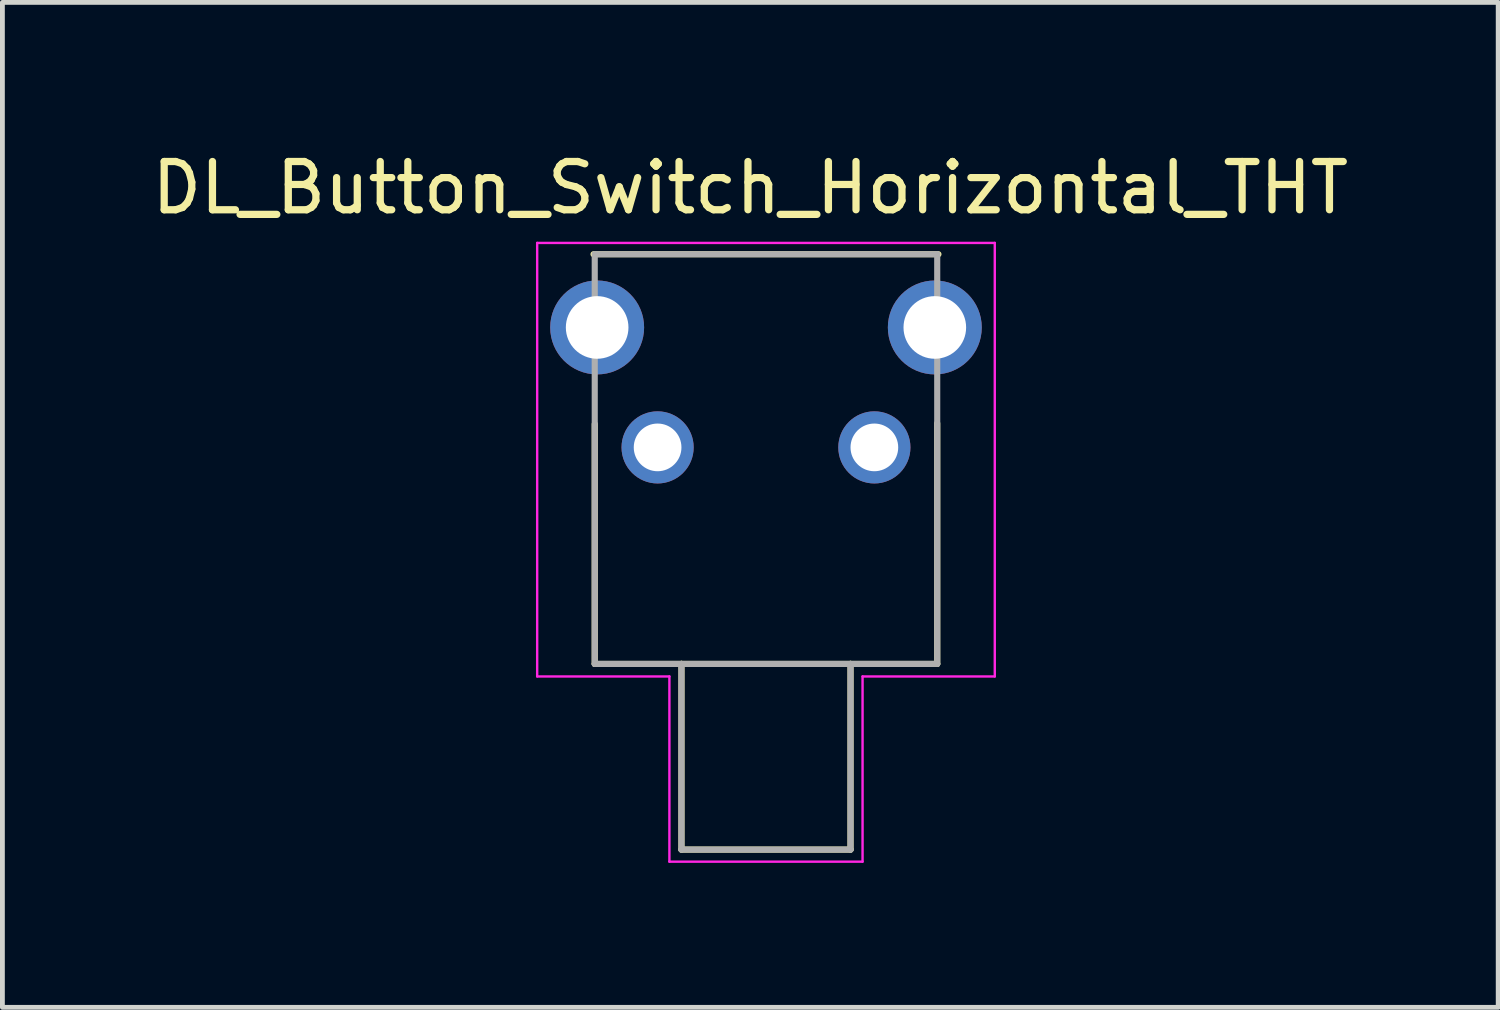
<source format=kicad_pcb>
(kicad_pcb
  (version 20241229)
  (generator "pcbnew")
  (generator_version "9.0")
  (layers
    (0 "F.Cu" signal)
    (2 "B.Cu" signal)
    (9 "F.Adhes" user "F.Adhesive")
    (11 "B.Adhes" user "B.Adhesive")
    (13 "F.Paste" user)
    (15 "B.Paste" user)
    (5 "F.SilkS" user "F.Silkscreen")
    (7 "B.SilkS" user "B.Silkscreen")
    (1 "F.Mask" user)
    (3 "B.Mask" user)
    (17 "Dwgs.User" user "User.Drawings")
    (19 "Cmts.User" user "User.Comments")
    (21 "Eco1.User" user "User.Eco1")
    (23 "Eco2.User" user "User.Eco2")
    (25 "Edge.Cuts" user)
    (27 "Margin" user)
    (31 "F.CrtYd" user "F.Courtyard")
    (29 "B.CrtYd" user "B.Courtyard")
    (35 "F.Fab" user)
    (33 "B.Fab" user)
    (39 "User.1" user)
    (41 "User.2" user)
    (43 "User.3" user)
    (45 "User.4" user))
  (footprint "DL_Button_Switch_Horizontal_THT"
    (layer "F.Cu")
    (at 12.852 6.238)
    (property "Reference" "DL_Button_Switch_Horizontal_THT" (at -0.326 -5.389 0) (layer "F.SilkS") (effects (font (size 1.002 1.002) (thickness 0.15))))
    (attr through_hole)
    (fp_line (start -3.58 -4.01) (end 3.58 -4.01) (stroke (width 0.127) (type solid)) (layer "F.SilkS"))
    (fp_line (start -3.555 4.495) (end -3.555 -0.485) (stroke (width 0.127) (type solid)) (layer "F.SilkS"))
    (fp_line (start -1.755 4.495) (end -3.555 4.495) (stroke (width 0.127) (type solid)) (layer "F.SilkS"))
    (fp_line (start -1.755 4.495) (end -1.755 8.35) (stroke (width 0.127) (type solid)) (layer "F.SilkS"))
    (fp_line (start -1.755 8.35) (end 1.755 8.35) (stroke (width 0.127) (type solid)) (layer "F.SilkS"))
    (fp_line (start 1.755 4.495) (end -1.755 4.495) (stroke (width 0.127) (type solid)) (layer "F.SilkS"))
    (fp_line (start 1.755 8.35) (end 1.755 4.495) (stroke (width 0.127) (type solid)) (layer "F.SilkS"))
    (fp_line (start 3.555 -0.5) (end 3.555 4.495) (stroke (width 0.127) (type solid)) (layer "F.SilkS"))
    (fp_line (start 3.555 4.495) (end 1.755 4.495) (stroke (width 0.127) (type solid)) (layer "F.SilkS"))
    (fp_line (start -4.75 -4.245) (end 4.75 -4.245) (stroke (width 0.05) (type solid)) (layer "F.CrtYd"))
    (fp_line (start -4.75 4.755) (end -4.75 -4.245) (stroke (width 0.05) (type solid)) (layer "F.CrtYd"))
    (fp_line (start -2.005 4.755) (end -4.75 4.755) (stroke (width 0.05) (type solid)) (layer "F.CrtYd"))
    (fp_line (start -2.005 8.6) (end -2.005 4.755) (stroke (width 0.05) (type solid)) (layer "F.CrtYd"))
    (fp_line (start 2.005 4.755) (end 2.005 8.6) (stroke (width 0.05) (type solid)) (layer "F.CrtYd"))
    (fp_line (start 2.005 8.6) (end -2.005 8.6) (stroke (width 0.05) (type solid)) (layer "F.CrtYd"))
    (fp_line (start 4.75 -4.245) (end 4.75 4.755) (stroke (width 0.05) (type solid)) (layer "F.CrtYd"))
    (fp_line (start 4.75 4.755) (end 2.005 4.755) (stroke (width 0.05) (type solid)) (layer "F.CrtYd"))
    (fp_line (start -3.555 -4.01) (end 3.555 -4.01) (stroke (width 0.127) (type solid)) (layer "F.Fab"))
    (fp_line (start -3.555 4.495) (end -3.555 -4.01) (stroke (width 0.127) (type solid)) (layer "F.Fab"))
    (fp_line (start -1.755 4.495) (end -3.555 4.495) (stroke (width 0.127) (type solid)) (layer "F.Fab"))
    (fp_line (start -1.755 4.495) (end -1.755 8.35) (stroke (width 0.127) (type solid)) (layer "F.Fab"))
    (fp_line (start -1.755 8.35) (end 1.755 8.35) (stroke (width 0.127) (type solid)) (layer "F.Fab"))
    (fp_line (start 1.755 4.495) (end -1.755 4.495) (stroke (width 0.127) (type solid)) (layer "F.Fab"))
    (fp_line (start 1.755 8.35) (end 1.755 4.495) (stroke (width 0.127) (type solid)) (layer "F.Fab"))
    (fp_line (start 3.555 -4.01) (end 3.555 4.495) (stroke (width 0.127) (type solid)) (layer "F.Fab"))
    (fp_line (start 3.555 4.495) (end 1.755 4.495) (stroke (width 0.127) (type solid)) (layer "F.Fab"))
    (pad "1" thru_hole circle (at -2.25 0) (size 1.498 1.498) (drill 0.99) (layers "*.Cu" "*.Mask"))
    (pad "2" thru_hole circle (at 2.25 0) (size 1.498 1.498) (drill 0.99) (layers "*.Cu" "*.Mask"))
    (pad "S1" thru_hole circle (at -3.505 -2.49) (size 1.95 1.95) (drill 1.3) (layers "*.Cu" "*.Mask"))
    (pad "S2" thru_hole circle (at 3.505 -2.49) (size 1.95 1.95) (drill 1.3) (layers "*.Cu" "*.Mask")))
  (gr_rect
    (start -3 -3)
    (end 28.053 17.863)
    (stroke (width 0.1) (type default))
    (fill no)
    (layer "Edge.Cuts")))
</source>
